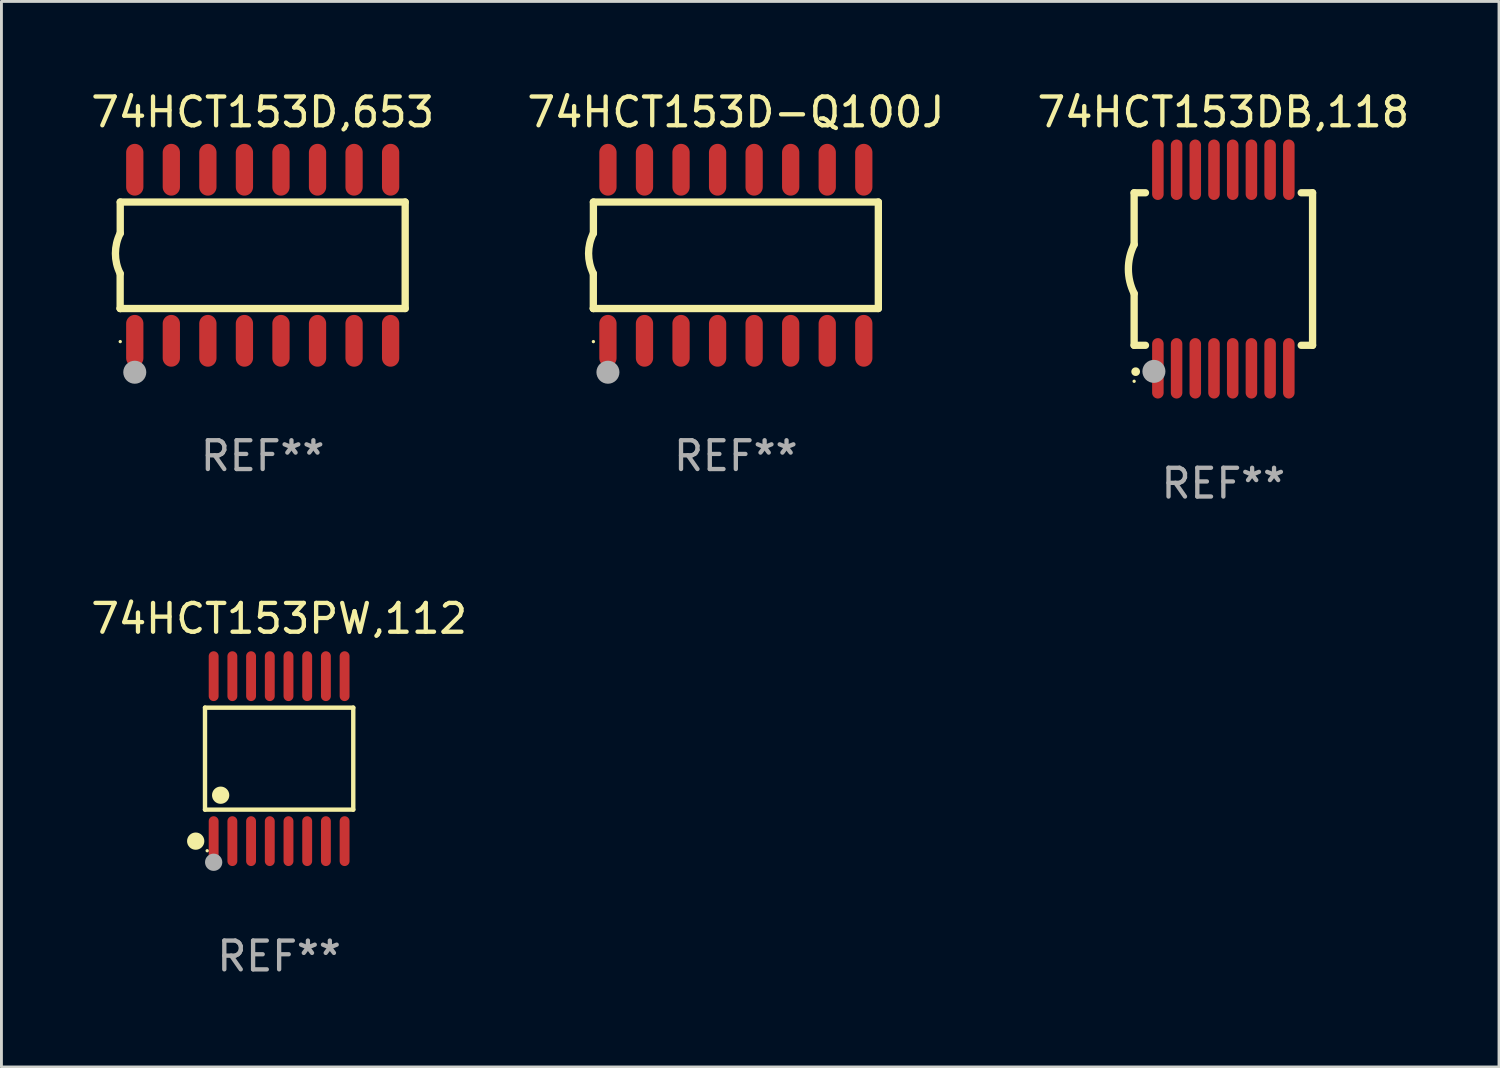
<source format=kicad_pcb>
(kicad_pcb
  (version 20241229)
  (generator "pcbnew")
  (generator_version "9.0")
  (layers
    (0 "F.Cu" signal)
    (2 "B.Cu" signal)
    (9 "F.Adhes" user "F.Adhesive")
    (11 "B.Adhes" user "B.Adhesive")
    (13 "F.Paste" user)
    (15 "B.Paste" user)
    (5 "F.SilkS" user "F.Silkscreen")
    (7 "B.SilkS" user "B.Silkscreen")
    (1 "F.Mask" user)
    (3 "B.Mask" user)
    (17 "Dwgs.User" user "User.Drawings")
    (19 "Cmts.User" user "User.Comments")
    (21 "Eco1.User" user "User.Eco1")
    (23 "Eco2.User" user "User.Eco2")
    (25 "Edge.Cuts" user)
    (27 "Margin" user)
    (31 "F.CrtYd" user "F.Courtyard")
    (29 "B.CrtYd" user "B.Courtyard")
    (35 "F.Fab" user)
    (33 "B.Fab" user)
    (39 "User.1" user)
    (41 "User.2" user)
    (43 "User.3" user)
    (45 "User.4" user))
  (footprint "74HCT153DB,118"
    (layer "F.Cu")
    (at 39.458 6.298)
    (property "Reference" "74HCT153DB,118" (at 0 -5.45 0) (layer "F.SilkS") (effects (font (size 1 1) (thickness 0.15))))
    (attr through_hole)
    (fp_line (start -3.1 -2.65) (end -3.1 -0.85) (stroke (width 0.254) (type solid)) (layer "F.SilkS"))
    (fp_line (start -3.1 -2.65) (end -2.706 -2.65) (stroke (width 0.254) (type solid)) (layer "F.SilkS"))
    (fp_line (start -3.1 2.65) (end -3.1 0.85) (stroke (width 0.254) (type solid)) (layer "F.SilkS"))
    (fp_line (start -3.1 2.65) (end -2.706 2.65) (stroke (width 0.254) (type solid)) (layer "F.SilkS"))
    (fp_line (start 2.706 -2.65) (end 3.1 -2.65) (stroke (width 0.254) (type solid)) (layer "F.SilkS"))
    (fp_line (start 2.706 2.65) (end 3.1 2.65) (stroke (width 0.254) (type solid)) (layer "F.SilkS"))
    (fp_line (start 3.1 -2.65) (end 3.1 2.65) (stroke (width 0.254) (type solid)) (layer "F.SilkS"))
    (fp_arc (start -3.098907 0.850902) (mid -3.300057 0.000523) (end -3.1 -0.850114) (stroke (width 0.254001) (type solid)) (layer "F.SilkS"))
    (fp_arc (start -3.048006 3.566066) (mid -3.046736 3.566061) (end -3.045466 3.566066) (stroke (width 0.3) (type solid)) (layer "F.SilkS"))
    (fp_circle (center -3.1 3.9) (end -3.07 3.9) (stroke (width 0.06) (type solid)) (fill no) (layer "F.SilkS"))
    (fp_circle (center -2.413 3.556) (end -2.213 3.556) (stroke (width 0.4) (type solid)) (fill no) (layer "F.Fab"))
    (fp_text user "REF**" (at 0 7.45 0) (layer "F.Fab") (effects (font (size 1 1) (thickness 0.15))))
    (pad "1" smd oval (at -2.275 3.45 180) (size 0.4 2.1) (layers "F.Cu" "F.Mask" "F.Paste"))
    (pad "2" smd oval (at -1.625 3.45 180) (size 0.4 2.1) (layers "F.Cu" "F.Mask" "F.Paste"))
    (pad "3" smd oval (at -0.975 3.45 180) (size 0.4 2.1) (layers "F.Cu" "F.Mask" "F.Paste"))
    (pad "4" smd oval (at -0.325 3.45 180) (size 0.4 2.1) (layers "F.Cu" "F.Mask" "F.Paste"))
    (pad "5" smd oval (at 0.325 3.45 180) (size 0.4 2.1) (layers "F.Cu" "F.Mask" "F.Paste"))
    (pad "6" smd oval (at 0.975 3.45 180) (size 0.4 2.1) (layers "F.Cu" "F.Mask" "F.Paste"))
    (pad "7" smd oval (at 1.625 3.45 180) (size 0.4 2.1) (layers "F.Cu" "F.Mask" "F.Paste"))
    (pad "8" smd oval (at 2.275 3.45 180) (size 0.4 2.1) (layers "F.Cu" "F.Mask" "F.Paste"))
    (pad "9" smd oval (at 2.275 -3.45 180) (size 0.4 2.1) (layers "F.Cu" "F.Mask" "F.Paste"))
    (pad "10" smd oval (at 1.625 -3.45 180) (size 0.4 2.1) (layers "F.Cu" "F.Mask" "F.Paste"))
    (pad "11" smd oval (at 0.975 -3.45 180) (size 0.4 2.1) (layers "F.Cu" "F.Mask" "F.Paste"))
    (pad "12" smd oval (at 0.325 -3.45 180) (size 0.4 2.1) (layers "F.Cu" "F.Mask" "F.Paste"))
    (pad "13" smd oval (at -0.325 -3.45 180) (size 0.4 2.1) (layers "F.Cu" "F.Mask" "F.Paste"))
    (pad "14" smd oval (at -0.975 -3.45 180) (size 0.4 2.1) (layers "F.Cu" "F.Mask" "F.Paste"))
    (pad "15" smd oval (at -1.625 -3.45 180) (size 0.4 2.1) (layers "F.Cu" "F.Mask" "F.Paste"))
    (pad "16" smd oval (at -2.275 -3.45 180) (size 0.4 2.1) (layers "F.Cu" "F.Mask" "F.Paste")))
  (footprint "74HCT153PW,112"
    (layer "F.Cu")
    (at 6.649 23.311)
    (property "Reference" "74HCT153PW,112" (at 0 -4.866 0) (layer "F.SilkS") (effects (font (size 1 1) (thickness 0.15))))
    (attr through_hole)
    (fp_line (start -2.576 -1.772) (end 2.576 -1.772) (stroke (width 0.152) (type solid)) (layer "F.SilkS"))
    (fp_line (start -2.576 1.771) (end -2.576 -1.772) (stroke (width 0.152) (type solid)) (layer "F.SilkS"))
    (fp_line (start 2.576 -1.772) (end 2.576 1.771) (stroke (width 0.152) (type solid)) (layer "F.SilkS"))
    (fp_line (start 2.576 1.771) (end -2.576 1.771) (stroke (width 0.152) (type solid)) (layer "F.SilkS"))
    (fp_circle (center -2.899 2.866) (end -2.749 2.866) (stroke (width 0.3) (type solid)) (fill no) (layer "F.SilkS"))
    (fp_circle (center -2.5 3.2) (end -2.47 3.2) (stroke (width 0.06) (type solid)) (fill no) (layer "F.SilkS"))
    (fp_circle (center -2.032 1.27) (end -1.882 1.27) (stroke (width 0.3) (type solid)) (fill no) (layer "F.SilkS"))
    (fp_circle (center -2.275 3.6) (end -2.125 3.6) (stroke (width 0.3) (type solid)) (fill no) (layer "F.Fab"))
    (fp_text user "REF**" (at 0 6.866 0) (layer "F.Fab") (effects (font (size 1 1) (thickness 0.15))))
    (pad "1" smd oval (at -2.275 2.866) (size 0.343 1.731) (layers "F.Cu" "F.Mask" "F.Paste"))
    (pad "2" smd oval (at -1.625 2.866) (size 0.343 1.731) (layers "F.Cu" "F.Mask" "F.Paste"))
    (pad "3" smd oval (at -0.975 2.866) (size 0.343 1.731) (layers "F.Cu" "F.Mask" "F.Paste"))
    (pad "4" smd oval (at -0.325 2.866) (size 0.343 1.731) (layers "F.Cu" "F.Mask" "F.Paste"))
    (pad "5" smd oval (at 0.325 2.866) (size 0.343 1.731) (layers "F.Cu" "F.Mask" "F.Paste"))
    (pad "6" smd oval (at 0.975 2.866) (size 0.343 1.731) (layers "F.Cu" "F.Mask" "F.Paste"))
    (pad "7" smd oval (at 1.625 2.866) (size 0.343 1.731) (layers "F.Cu" "F.Mask" "F.Paste"))
    (pad "8" smd oval (at 2.275 2.866) (size 0.343 1.731) (layers "F.Cu" "F.Mask" "F.Paste"))
    (pad "9" smd oval (at 2.275 -2.866) (size 0.343 1.731) (layers "F.Cu" "F.Mask" "F.Paste"))
    (pad "10" smd oval (at 1.625 -2.866) (size 0.343 1.731) (layers "F.Cu" "F.Mask" "F.Paste"))
    (pad "11" smd oval (at 0.975 -2.866) (size 0.343 1.731) (layers "F.Cu" "F.Mask" "F.Paste"))
    (pad "12" smd oval (at 0.325 -2.866) (size 0.343 1.731) (layers "F.Cu" "F.Mask" "F.Paste"))
    (pad "13" smd oval (at -0.325 -2.866) (size 0.343 1.731) (layers "F.Cu" "F.Mask" "F.Paste"))
    (pad "14" smd oval (at -0.975 -2.866) (size 0.343 1.731) (layers "F.Cu" "F.Mask" "F.Paste"))
    (pad "15" smd oval (at -1.625 -2.866) (size 0.343 1.731) (layers "F.Cu" "F.Mask" "F.Paste"))
    (pad "16" smd oval (at -2.275 -2.866) (size 0.343 1.731) (layers "F.Cu" "F.Mask" "F.Paste")))
  (footprint "74HCT153D,653"
    (layer "F.Cu")
    (at 6.077 5.82)
    (property "Reference" "74HCT153D,653" (at 0 -4.972 0) (layer "F.SilkS") (effects (font (size 1 1) (thickness 0.15))))
    (attr through_hole)
    (fp_line (start -4.952 0.635) (end -4.952 1.85) (stroke (width 0.254) (type solid)) (layer "F.SilkS"))
    (fp_line (start -4.952 1.85) (end -4.949 1.85) (stroke (width 0.254) (type solid)) (layer "F.SilkS"))
    (fp_line (start -4.949 -1.85) (end -4.949 -0.762) (stroke (width 0.254) (type solid)) (layer "F.SilkS"))
    (fp_line (start -4.949 1.85) (end 4.952 1.85) (stroke (width 0.254) (type solid)) (layer "F.SilkS"))
    (fp_line (start 4.952 -1.85) (end -4.949 -1.85) (stroke (width 0.254) (type solid)) (layer "F.SilkS"))
    (fp_line (start 4.952 1.85) (end 4.952 -1.85) (stroke (width 0.254) (type solid)) (layer "F.SilkS"))
    (fp_arc (start -4.951524 0.635001) (mid -5.116418 -0.0635) (end -4.951524 -0.762002) (stroke (width 0.254001) (type solid)) (layer "F.SilkS"))
    (fp_circle (center -4.949 3) (end -4.919 3) (stroke (width 0.06) (type solid)) (fill no) (layer "F.SilkS"))
    (fp_circle (center -4.444 4.064) (end -4.244 4.064) (stroke (width 0.4) (type solid)) (fill no) (layer "F.Fab"))
    (fp_text user "REF**" (at 0 6.972 0) (layer "F.Fab") (effects (font (size 1 1) (thickness 0.15))))
    (pad "1" smd oval (at -4.444 2.972 180) (size 0.6 1.8) (layers "F.Cu" "F.Mask" "F.Paste"))
    (pad "2" smd oval (at -3.174 2.972 180) (size 0.6 1.8) (layers "F.Cu" "F.Mask" "F.Paste"))
    (pad "3" smd oval (at -1.904 2.972 180) (size 0.6 1.8) (layers "F.Cu" "F.Mask" "F.Paste"))
    (pad "4" smd oval (at -0.634 2.972 180) (size 0.6 1.8) (layers "F.Cu" "F.Mask" "F.Paste"))
    (pad "5" smd oval (at 0.636 2.972 180) (size 0.6 1.8) (layers "F.Cu" "F.Mask" "F.Paste"))
    (pad "6" smd oval (at 1.906 2.972 180) (size 0.6 1.8) (layers "F.Cu" "F.Mask" "F.Paste"))
    (pad "7" smd oval (at 3.176 2.972 180) (size 0.6 1.8) (layers "F.Cu" "F.Mask" "F.Paste"))
    (pad "8" smd oval (at 4.446 2.972 180) (size 0.6 1.8) (layers "F.Cu" "F.Mask" "F.Paste"))
    (pad "9" smd oval (at 4.446 -2.972 180) (size 0.6 1.8) (layers "F.Cu" "F.Mask" "F.Paste"))
    (pad "10" smd oval (at 3.176 -2.972 180) (size 0.6 1.8) (layers "F.Cu" "F.Mask" "F.Paste"))
    (pad "11" smd oval (at 1.906 -2.972 180) (size 0.6 1.8) (layers "F.Cu" "F.Mask" "F.Paste"))
    (pad "12" smd oval (at 0.636 -2.972 180) (size 0.6 1.8) (layers "F.Cu" "F.Mask" "F.Paste"))
    (pad "13" smd oval (at -0.634 -2.972 180) (size 0.6 1.8) (layers "F.Cu" "F.Mask" "F.Paste"))
    (pad "14" smd oval (at -1.904 -2.972 180) (size 0.6 1.8) (layers "F.Cu" "F.Mask" "F.Paste"))
    (pad "15" smd oval (at -3.174 -2.972 180) (size 0.6 1.8) (layers "F.Cu" "F.Mask" "F.Paste"))
    (pad "16" smd oval (at -4.444 -2.972 180) (size 0.6 1.8) (layers "F.Cu" "F.Mask" "F.Paste")))
  (footprint "74HCT153D-Q100J"
    (layer "F.Cu")
    (at 22.518 5.82)
    (property "Reference" "74HCT153D-Q100J" (at 0 -4.972 0) (layer "F.SilkS") (effects (font (size 1 1) (thickness 0.15))))
    (attr through_hole)
    (fp_line (start -4.952 0.635) (end -4.952 1.85) (stroke (width 0.254) (type solid)) (layer "F.SilkS"))
    (fp_line (start -4.952 1.85) (end -4.949 1.85) (stroke (width 0.254) (type solid)) (layer "F.SilkS"))
    (fp_line (start -4.949 -1.85) (end -4.949 -0.762) (stroke (width 0.254) (type solid)) (layer "F.SilkS"))
    (fp_line (start -4.949 1.85) (end 4.952 1.85) (stroke (width 0.254) (type solid)) (layer "F.SilkS"))
    (fp_line (start 4.952 -1.85) (end -4.949 -1.85) (stroke (width 0.254) (type solid)) (layer "F.SilkS"))
    (fp_line (start 4.952 1.85) (end 4.952 -1.85) (stroke (width 0.254) (type solid)) (layer "F.SilkS"))
    (fp_arc (start -4.951524 0.635001) (mid -5.116418 -0.0635) (end -4.951524 -0.762002) (stroke (width 0.254001) (type solid)) (layer "F.SilkS"))
    (fp_circle (center -4.949 3) (end -4.919 3) (stroke (width 0.06) (type solid)) (fill no) (layer "F.SilkS"))
    (fp_circle (center -4.444 4.064) (end -4.244 4.064) (stroke (width 0.4) (type solid)) (fill no) (layer "F.Fab"))
    (fp_text user "REF**" (at 0 6.972 0) (layer "F.Fab") (effects (font (size 1 1) (thickness 0.15))))
    (pad "1" smd oval (at -4.444 2.972 180) (size 0.6 1.8) (layers "F.Cu" "F.Mask" "F.Paste"))
    (pad "2" smd oval (at -3.174 2.972 180) (size 0.6 1.8) (layers "F.Cu" "F.Mask" "F.Paste"))
    (pad "3" smd oval (at -1.904 2.972 180) (size 0.6 1.8) (layers "F.Cu" "F.Mask" "F.Paste"))
    (pad "4" smd oval (at -0.634 2.972 180) (size 0.6 1.8) (layers "F.Cu" "F.Mask" "F.Paste"))
    (pad "5" smd oval (at 0.636 2.972 180) (size 0.6 1.8) (layers "F.Cu" "F.Mask" "F.Paste"))
    (pad "6" smd oval (at 1.906 2.972 180) (size 0.6 1.8) (layers "F.Cu" "F.Mask" "F.Paste"))
    (pad "7" smd oval (at 3.176 2.972 180) (size 0.6 1.8) (layers "F.Cu" "F.Mask" "F.Paste"))
    (pad "8" smd oval (at 4.446 2.972 180) (size 0.6 1.8) (layers "F.Cu" "F.Mask" "F.Paste"))
    (pad "9" smd oval (at 4.446 -2.972 180) (size 0.6 1.8) (layers "F.Cu" "F.Mask" "F.Paste"))
    (pad "10" smd oval (at 3.176 -2.972 180) (size 0.6 1.8) (layers "F.Cu" "F.Mask" "F.Paste"))
    (pad "11" smd oval (at 1.906 -2.972 180) (size 0.6 1.8) (layers "F.Cu" "F.Mask" "F.Paste"))
    (pad "12" smd oval (at 0.636 -2.972 180) (size 0.6 1.8) (layers "F.Cu" "F.Mask" "F.Paste"))
    (pad "13" smd oval (at -0.634 -2.972 180) (size 0.6 1.8) (layers "F.Cu" "F.Mask" "F.Paste"))
    (pad "14" smd oval (at -1.904 -2.972 180) (size 0.6 1.8) (layers "F.Cu" "F.Mask" "F.Paste"))
    (pad "15" smd oval (at -3.174 -2.972 180) (size 0.6 1.8) (layers "F.Cu" "F.Mask" "F.Paste"))
    (pad "16" smd oval (at -4.444 -2.972 180) (size 0.6 1.8) (layers "F.Cu" "F.Mask" "F.Paste")))
  (gr_rect
    (start -3 -3)
    (end 49.036 34.025)
    (stroke (width 0.1) (type default))
    (fill no)
    (layer "Edge.Cuts")))
</source>
